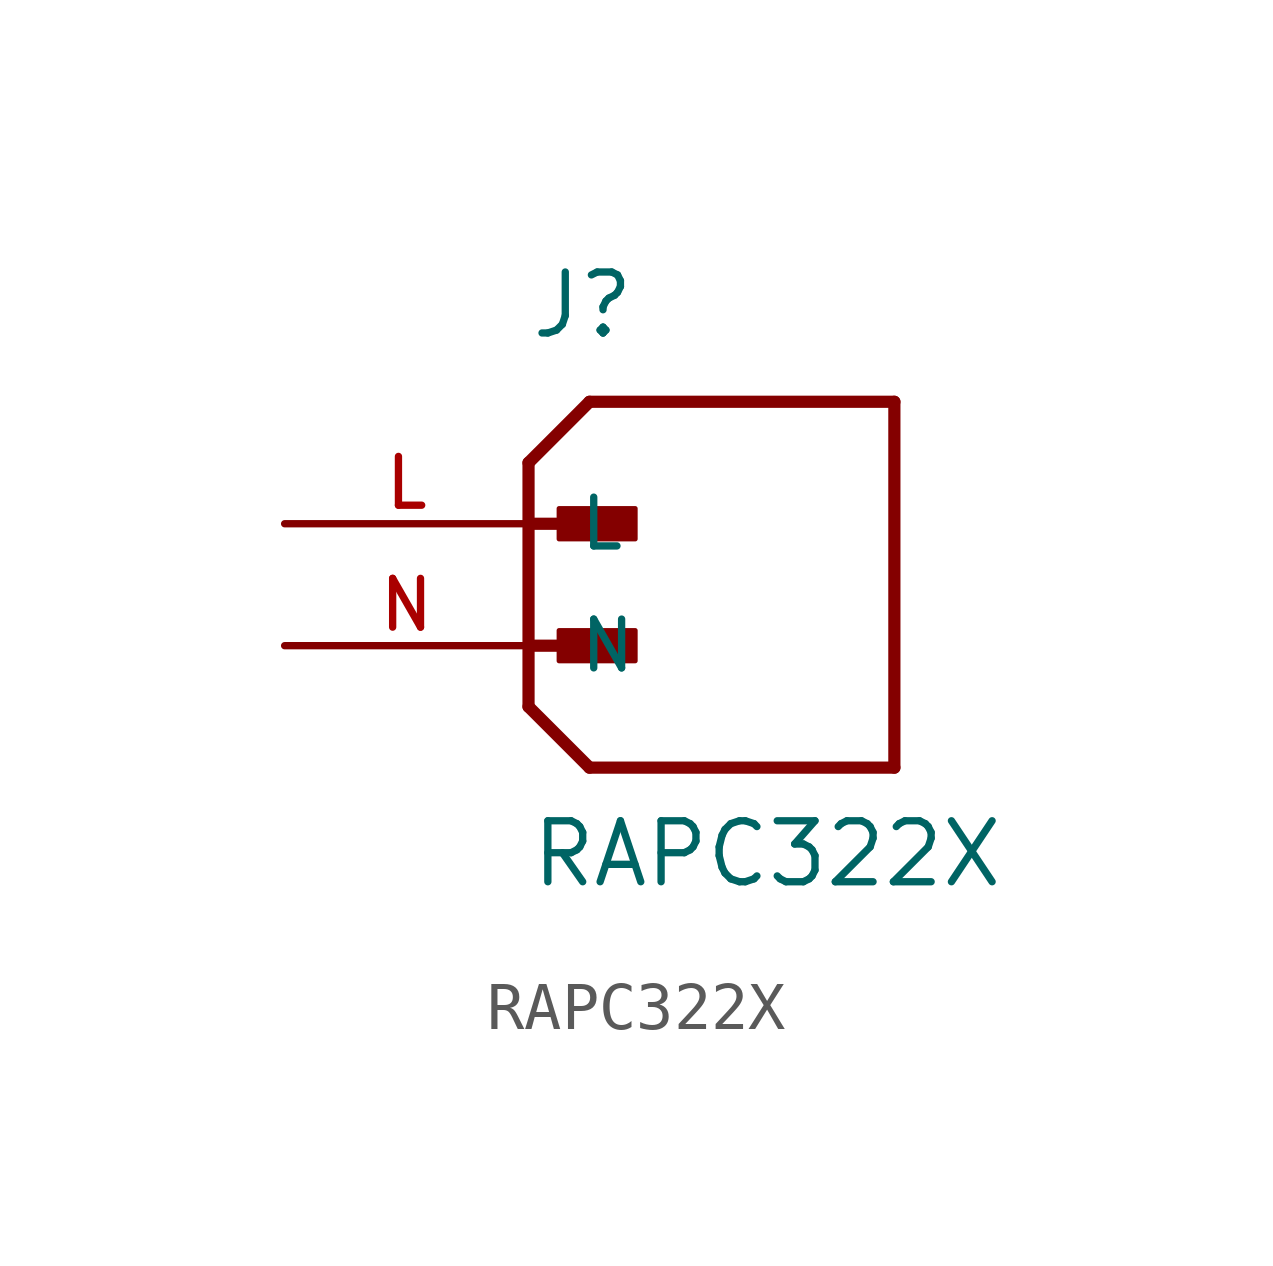
<source format=kicad_sym>
(kicad_symbol_lib
  (version 20211014)
  (generator kicad_symbol_editor)
  (symbol "RAPC322X"
    (pin_names
      (offset 1.016))
    (property "Reference" "J"
      (at 0.0 3.81 0)
      (effects (font (size 1.27 1.27)) (justify bottom left)))
    (property "Value" "RAPC322X"
      (at 0.0 -7.62 0)
      (effects (font (size 1.27 1.27)) (justify bottom left)))
    (symbol "RAPC322X_0_0"
      (polyline (pts (xy 0.0 1.27) (xy 1.27 2.54)) (stroke (width 0.254)))
      (polyline (pts (xy 0.0 1.27) (xy 0.0 0.0)) (stroke (width 0.254)))
      (polyline (pts (xy 0.0 0.0) (xy 0.0 -3.81)) (stroke (width 0.254)))
      (polyline (pts (xy 0.0 -3.81) (xy 1.27 -5.08)) (stroke (width 0.254)))
      (polyline (pts (xy 1.27 -5.08) (xy 7.62 -5.08)) (stroke (width 0.254)))
      (polyline (pts (xy 7.62 -5.08) (xy 7.62 2.54)) (stroke (width 0.254)))
      (polyline (pts (xy 7.62 2.54) (xy 1.27 2.54)) (stroke (width 0.254)))
      (polyline (pts (xy 0.0 0.0) (xy 1.905 0.0)) (stroke (width 0.254)))
      (rectangle (start 0.635 -0.318) (end 2.223 0.318) (stroke (width 0.1)) (fill (type outline)))
      (polyline (pts (xy 0.0 -2.54) (xy 1.905 -2.54)) (stroke (width 0.254)))
      (rectangle (start 0.635 -2.857) (end 2.223 -2.223) (stroke (width 0.1)) (fill (type outline)))
      (pin passive line (at -5.08 0.0 0) (length 5.08) (name "L" (effects (font (size 1.016 1.016)))) (number "L" (effects (font (size 1.016 1.016)))))
      (pin passive line (at -5.08 -2.54 0) (length 5.08) (name "N" (effects (font (size 1.016 1.016)))) (number "N" (effects (font (size 1.016 1.016))))))))
</source>
